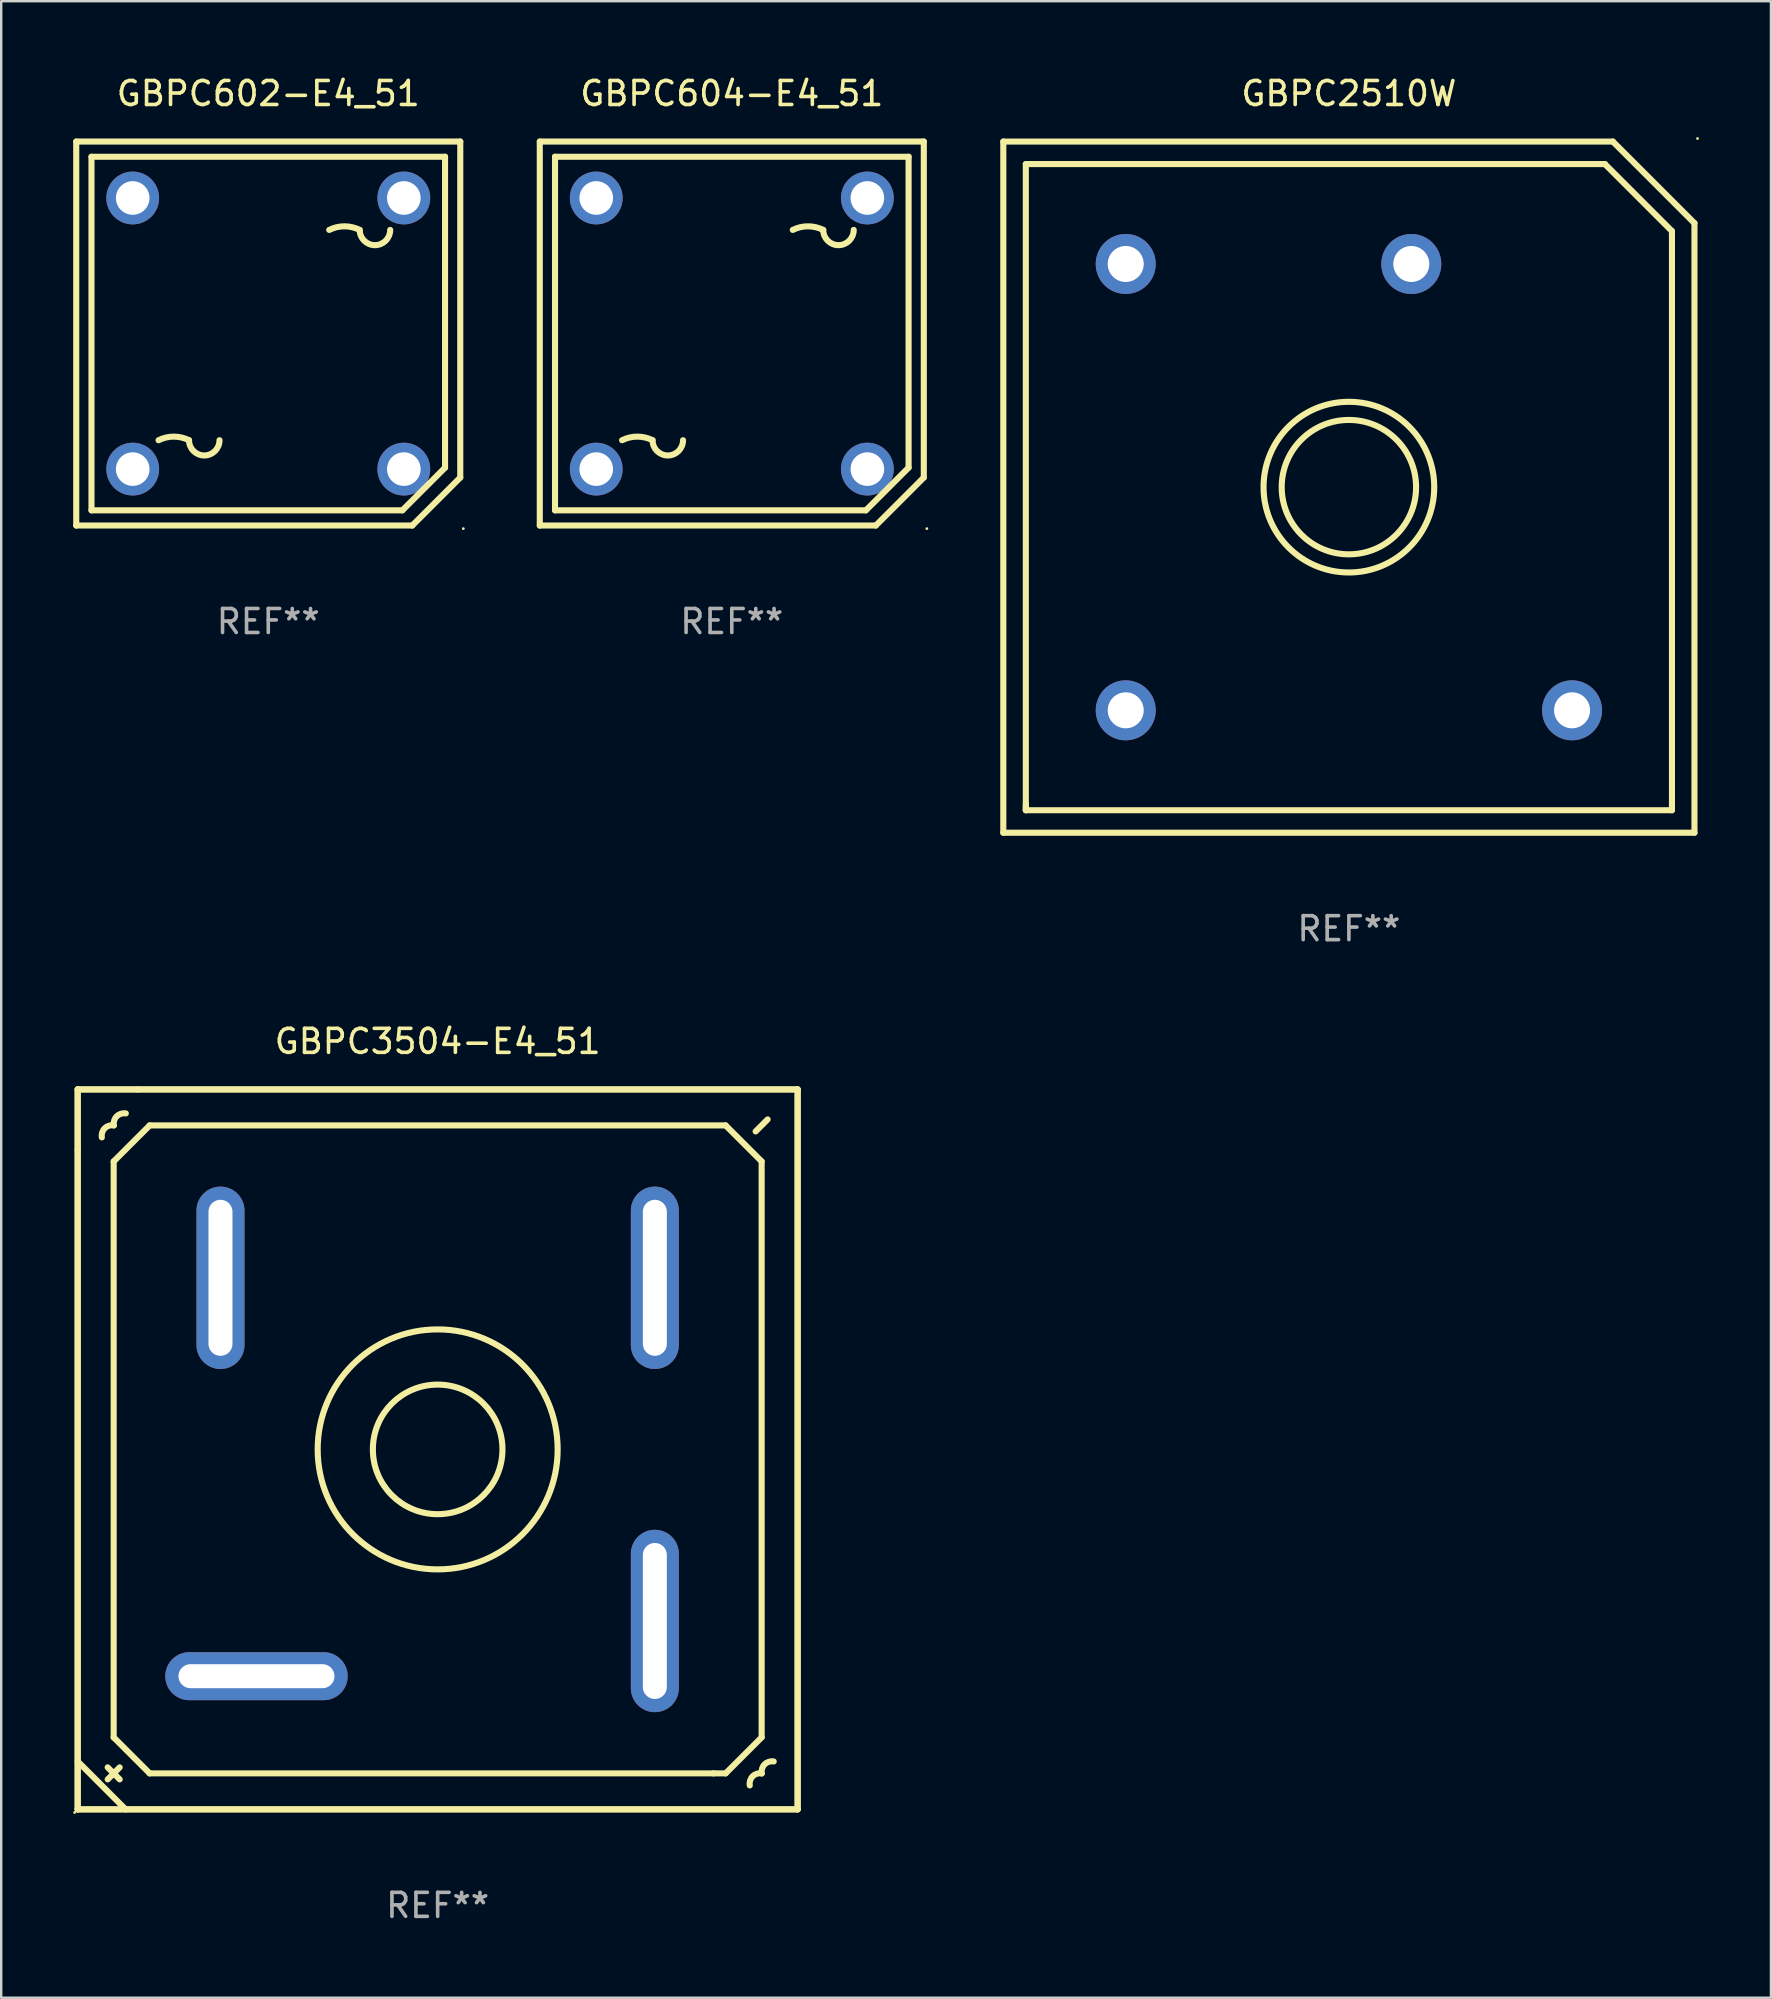
<source format=kicad_pcb>
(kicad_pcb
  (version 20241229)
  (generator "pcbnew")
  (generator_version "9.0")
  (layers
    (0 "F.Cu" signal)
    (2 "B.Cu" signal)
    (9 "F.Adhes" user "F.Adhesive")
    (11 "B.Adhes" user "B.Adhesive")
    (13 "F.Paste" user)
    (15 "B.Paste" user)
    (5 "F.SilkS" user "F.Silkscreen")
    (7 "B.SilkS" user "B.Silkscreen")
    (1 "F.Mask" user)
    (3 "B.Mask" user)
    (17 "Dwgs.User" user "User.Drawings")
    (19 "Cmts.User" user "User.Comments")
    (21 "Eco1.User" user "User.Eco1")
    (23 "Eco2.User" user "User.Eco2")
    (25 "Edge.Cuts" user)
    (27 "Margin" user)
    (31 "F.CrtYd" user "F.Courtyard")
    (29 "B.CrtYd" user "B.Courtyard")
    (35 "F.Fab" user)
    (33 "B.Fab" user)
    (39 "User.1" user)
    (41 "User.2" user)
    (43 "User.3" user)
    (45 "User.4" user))
  (footprint "GBPC604-E4_51"
    (layer "F.Cu")
    (at 27.443 10.849)
    (property "Reference" "GBPC604-E4_51" (at 0 -10.001 0) (layer "F.SilkS") (effects (font (size 1 1) (thickness 0.15))))
    (attr through_hole)
    (fp_line (start -8.001 8.001) (end -8.001 -7.999) (stroke (width 0.254) (type solid)) (layer "F.SilkS"))
    (fp_line (start -7.999 -8.001) (end 8.001 -8.001) (stroke (width 0.254) (type solid)) (layer "F.SilkS"))
    (fp_line (start -7.366 -7.367) (end 7.367 -7.367) (stroke (width 0.254) (type solid)) (layer "F.SilkS"))
    (fp_line (start -7.366 7.366) (end -7.366 -7.367) (stroke (width 0.254) (type solid)) (layer "F.SilkS"))
    (fp_line (start 5.589 7.366) (end -7.366 7.366) (stroke (width 0.254) (type solid)) (layer "F.SilkS"))
    (fp_line (start 6.001 7.999) (end -7.999 7.999) (stroke (width 0.254) (type solid)) (layer "F.SilkS"))
    (fp_line (start 7.367 -7.367) (end 7.367 5.588) (stroke (width 0.254) (type solid)) (layer "F.SilkS"))
    (fp_line (start 7.367 5.588) (end 5.589 7.366) (stroke (width 0.254) (type solid)) (layer "F.SilkS"))
    (fp_line (start 8.001 -8.001) (end 8.001 5.999) (stroke (width 0.254) (type solid)) (layer "F.SilkS"))
    (fp_line (start 8.001 5.999) (end 6.001 7.999) (stroke (width 0.254) (type solid)) (layer "F.SilkS"))
    (fp_arc (start -4.571501 4.444501) (mid -3.9365 4.294598) (end -3.301499 4.444501) (stroke (width 0.254001) (type solid)) (layer "F.SilkS"))
    (fp_arc (start -2.031496 4.444501) (mid -2.666497 5.079502) (end -3.301498 4.444501) (stroke (width 0.254001) (type solid)) (layer "F.SilkS"))
    (fp_arc (start 2.540513 -4.318517) (mid 3.175514 -4.46842) (end 3.810516 -4.318517) (stroke (width 0.254001) (type solid)) (layer "F.SilkS"))
    (fp_arc (start 5.080518 -4.318517) (mid 4.445517 -3.683516) (end 3.810516 -4.318517) (stroke (width 0.254001) (type solid)) (layer "F.SilkS"))
    (fp_circle (center 8.128 8.128) (end 8.158 8.128) (stroke (width 0.06) (type solid)) (fill no) (layer "F.SilkS"))
    (fp_text user "-" (at -4.826 -4.504 0) (layer "B.Mask") (effects (font (size 1 1) (thickness 0.15))))
    (fp_text user "+" (at 3.049 4.386 0) (layer "B.Mask") (effects (font (size 1 1) (thickness 0.15))))
    (fp_text user "REF**" (at 0 12.001 0) (layer "F.Fab") (effects (font (size 1 1) (thickness 0.15))))
    (pad "1" thru_hole circle (at 5.649 5.648) (size 2.2 2.2) (drill 1.4) (layers "*.Cu" "*.Mask"))
    (pad "2" thru_hole circle (at 5.649 -5.649) (size 2.2 2.2) (drill 1.4) (layers "*.Cu" "*.Mask"))
    (pad "3" thru_hole circle (at -5.648 -5.649) (size 2.2 2.2) (drill 1.4) (layers "*.Cu" "*.Mask"))
    (pad "4" thru_hole circle (at -5.648 5.648) (size 2.2 2.2) (drill 1.4) (layers "*.Cu" "*.Mask")))
  (footprint "GBPC2510W"
    (layer "F.Cu")
    (at 53.157 17.249)
    (property "Reference" "GBPC2510W" (at 0 -16.4 0) (layer "F.SilkS") (effects (font (size 1 1) (thickness 0.15))))
    (attr through_hole)
    (fp_line (start -14.4 14.4) (end 14.4 14.4) (stroke (width 0.254) (type solid)) (layer "F.SilkS"))
    (fp_line (start -14.4 14.4) (end -14.4 -14.4) (stroke (width 0.254) (type solid)) (layer "F.SilkS"))
    (fp_line (start -13.462 -13.462) (end 10.668 -13.462) (stroke (width 0.254) (type solid)) (layer "F.SilkS"))
    (fp_line (start -13.462 13.462) (end -13.462 -13.462) (stroke (width 0.254) (type solid)) (layer "F.SilkS"))
    (fp_line (start -13.462 13.462) (end -13.462 13.208) (stroke (width 0.254) (type solid)) (layer "F.SilkS"))
    (fp_line (start 10.668 -13.462) (end 13.462 -10.668) (stroke (width 0.254) (type solid)) (layer "F.SilkS"))
    (fp_line (start 11 -14.4) (end -14.4 -14.4) (stroke (width 0.254) (type solid)) (layer "F.SilkS"))
    (fp_line (start 11 -14.4) (end 14.4 -11) (stroke (width 0.254) (type solid)) (layer "F.SilkS"))
    (fp_line (start 13.462 -10.668) (end 13.462 13.462) (stroke (width 0.254) (type solid)) (layer "F.SilkS"))
    (fp_line (start 13.462 13.462) (end -13.462 13.462) (stroke (width 0.254) (type solid)) (layer "F.SilkS"))
    (fp_line (start 14.4 14.4) (end 14.4 -11) (stroke (width 0.254) (type solid)) (layer "F.SilkS"))
    (fp_circle (center 0 -0.000381) (end 2.8 -0.000381) (stroke (width 0.254) (type solid)) (fill no) (layer "F.SilkS"))
    (fp_circle (center 0 -0.000381) (end 3.556 -0.000381) (stroke (width 0.254) (type solid)) (fill no) (layer "F.SilkS"))
    (fp_circle (center 14.527 -14.527) (end 14.557 -14.527) (stroke (width 0.06) (type solid)) (fill no) (layer "F.SilkS"))
    (fp_text user "REF**" (at 0 18.4 0) (layer "F.Fab") (effects (font (size 1 1) (thickness 0.15))))
    (pad "1" thru_hole circle (at 2.601 -9.299) (size 2.5 2.5) (drill 1.5) (layers "*.Cu" "*.Mask"))
    (pad "2" thru_hole circle (at 9.299 9.299) (size 2.5 2.5) (drill 1.5) (layers "*.Cu" "*.Mask"))
    (pad "3" thru_hole circle (at -9.299 9.299) (size 2.5 2.5) (drill 1.5) (layers "*.Cu" "*.Mask"))
    (pad "4" thru_hole circle (at -9.299 -9.299) (size 2.5 2.5) (drill 1.5) (layers "*.Cu" "*.Mask")))
  (footprint "GBPC602-E4_51"
    (layer "F.Cu")
    (at 8.128 10.849)
    (property "Reference" "GBPC602-E4_51" (at 0 -10.001 0) (layer "F.SilkS") (effects (font (size 1 1) (thickness 0.15))))
    (attr through_hole)
    (fp_line (start -8.001 8.001) (end -8.001 -7.999) (stroke (width 0.254) (type solid)) (layer "F.SilkS"))
    (fp_line (start -7.999 -8.001) (end 8.001 -8.001) (stroke (width 0.254) (type solid)) (layer "F.SilkS"))
    (fp_line (start -7.366 -7.367) (end 7.367 -7.367) (stroke (width 0.254) (type solid)) (layer "F.SilkS"))
    (fp_line (start -7.366 7.366) (end -7.366 -7.367) (stroke (width 0.254) (type solid)) (layer "F.SilkS"))
    (fp_line (start 5.589 7.366) (end -7.366 7.366) (stroke (width 0.254) (type solid)) (layer "F.SilkS"))
    (fp_line (start 6.001 7.999) (end -7.999 7.999) (stroke (width 0.254) (type solid)) (layer "F.SilkS"))
    (fp_line (start 7.367 -7.367) (end 7.367 5.588) (stroke (width 0.254) (type solid)) (layer "F.SilkS"))
    (fp_line (start 7.367 5.588) (end 5.589 7.366) (stroke (width 0.254) (type solid)) (layer "F.SilkS"))
    (fp_line (start 8.001 -8.001) (end 8.001 5.999) (stroke (width 0.254) (type solid)) (layer "F.SilkS"))
    (fp_line (start 8.001 5.999) (end 6.001 7.999) (stroke (width 0.254) (type solid)) (layer "F.SilkS"))
    (fp_arc (start -4.571501 4.444501) (mid -3.9365 4.294598) (end -3.301499 4.444501) (stroke (width 0.254001) (type solid)) (layer "F.SilkS"))
    (fp_arc (start -2.031496 4.444501) (mid -2.666497 5.079502) (end -3.301498 4.444501) (stroke (width 0.254001) (type solid)) (layer "F.SilkS"))
    (fp_arc (start 2.540513 -4.318517) (mid 3.175514 -4.46842) (end 3.810516 -4.318517) (stroke (width 0.254001) (type solid)) (layer "F.SilkS"))
    (fp_arc (start 5.080518 -4.318517) (mid 4.445517 -3.683516) (end 3.810516 -4.318517) (stroke (width 0.254001) (type solid)) (layer "F.SilkS"))
    (fp_circle (center 8.128 8.128) (end 8.158 8.128) (stroke (width 0.06) (type solid)) (fill no) (layer "F.SilkS"))
    (fp_text user "-" (at -4.826 -4.504 0) (layer "B.Mask") (effects (font (size 1 1) (thickness 0.15))))
    (fp_text user "+" (at 3.049 4.386 0) (layer "B.Mask") (effects (font (size 1 1) (thickness 0.15))))
    (fp_text user "REF**" (at 0 12.001 0) (layer "F.Fab") (effects (font (size 1 1) (thickness 0.15))))
    (pad "1" thru_hole circle (at 5.649 5.648) (size 2.2 2.2) (drill 1.4) (layers "*.Cu" "*.Mask"))
    (pad "2" thru_hole circle (at 5.649 -5.649) (size 2.2 2.2) (drill 1.4) (layers "*.Cu" "*.Mask"))
    (pad "3" thru_hole circle (at -5.648 -5.649) (size 2.2 2.2) (drill 1.4) (layers "*.Cu" "*.Mask"))
    (pad "4" thru_hole circle (at -5.648 5.648) (size 2.2 2.2) (drill 1.4) (layers "*.Cu" "*.Mask")))
  (footprint "GBPC3504-E4_51"
    (layer "F.Cu")
    (at 15.187 57.346)
    (property "Reference" "GBPC3504-E4_51" (at 0 -17.001 0) (layer "F.SilkS") (effects (font (size 1 1) (thickness 0.15))))
    (attr through_hole)
    (fp_line (start -15 -15.001) (end -12.5 -15.001) (stroke (width 0.254) (type solid)) (layer "F.SilkS"))
    (fp_line (start -15 -15.001) (end 15 -15.001) (stroke (width 0.254) (type solid)) (layer "F.SilkS"))
    (fp_line (start -15 -12.501) (end -15 -15.001) (stroke (width 0.254) (type solid)) (layer "F.SilkS"))
    (fp_line (start -15 14.999) (end -15 -15.001) (stroke (width 0.254) (type solid)) (layer "F.SilkS"))
    (fp_line (start -15 14.999) (end -15 -12.501) (stroke (width 0.254) (type solid)) (layer "F.SilkS"))
    (fp_line (start -14.999 12.999) (end -13 15.001) (stroke (width 0.254) (type solid)) (layer "F.SilkS"))
    (fp_line (start -13.75 13.749) (end -13.25 13.249) (stroke (width 0.254) (type solid)) (layer "F.SilkS"))
    (fp_line (start -13.5 -12.001) (end -12 -13.501) (stroke (width 0.254) (type solid)) (layer "F.SilkS"))
    (fp_line (start -13.5 11.999) (end -13.5 -12.001) (stroke (width 0.254) (type solid)) (layer "F.SilkS"))
    (fp_line (start -13.25 13.749) (end -13.75 13.249) (stroke (width 0.254) (type solid)) (layer "F.SilkS"))
    (fp_line (start -12.5 -15.001) (end 15 -15.001) (stroke (width 0.254) (type solid)) (layer "F.SilkS"))
    (fp_line (start -12 -13.501) (end 12 -13.501) (stroke (width 0.254) (type solid)) (layer "F.SilkS"))
    (fp_line (start -12 13.499) (end -13.5 11.999) (stroke (width 0.254) (type solid)) (layer "F.SilkS"))
    (fp_line (start 11.5 13.499) (end -12 13.499) (stroke (width 0.254) (type solid)) (layer "F.SilkS"))
    (fp_line (start 12 -13.501) (end 13.5 -12.001) (stroke (width 0.254) (type solid)) (layer "F.SilkS"))
    (fp_line (start 12 13.499) (end 11.5 13.499) (stroke (width 0.254) (type solid)) (layer "F.SilkS"))
    (fp_line (start 13.5 -12.001) (end 13.5 11.999) (stroke (width 0.254) (type solid)) (layer "F.SilkS"))
    (fp_line (start 13.5 11.999) (end 12 13.499) (stroke (width 0.254) (type solid)) (layer "F.SilkS"))
    (fp_line (start 13.75 -13.751) (end 13.25 -13.251) (stroke (width 0.254) (type solid)) (layer "F.SilkS"))
    (fp_line (start 15 -15.001) (end 15 14.999) (stroke (width 0.254) (type solid)) (layer "F.SilkS"))
    (fp_line (start 15 -15.001) (end 15 14.999) (stroke (width 0.254) (type solid)) (layer "F.SilkS"))
    (fp_line (start 15 14.999) (end -15 14.999) (stroke (width 0.254) (type solid)) (layer "F.SilkS"))
    (fp_line (start 15 14.999) (end -15 14.999) (stroke (width 0.254) (type solid)) (layer "F.SilkS"))
    (fp_arc (start -13.993167 -13.002413) (mid -13.872579 -13.381824) (end -13.493168 -13.502412) (stroke (width 0.254001) (type solid)) (layer "F.SilkS"))
    (fp_arc (start -13.494692 -13.500381) (mid -13.374103 -13.879793) (end -12.994691 -14.000381) (stroke (width 0.254001) (type solid)) (layer "F.SilkS"))
    (fp_arc (start 13.005131 14.000635) (mid 13.125719 13.621224) (end 13.50513 13.500636) (stroke (width 0.254001) (type solid)) (layer "F.SilkS"))
    (fp_arc (start 13.503606 13.502667) (mid 13.624195 13.123255) (end 14.003607 13.002667) (stroke (width 0.254001) (type solid)) (layer "F.SilkS"))
    (fp_circle (center -15.127 15.128) (end -15.097 15.128) (stroke (width 0.06) (type solid)) (fill no) (layer "F.SilkS"))
    (fp_circle (center 0 -0.001) (end 2.7 -0.001) (stroke (width 0.254) (type solid)) (fill no) (layer "F.SilkS"))
    (fp_circle (center 0 -0.001) (end 5 -0.001) (stroke (width 0.254) (type solid)) (fill no) (layer "F.SilkS"))
    (fp_text user "REF**" (at 0 19.001 0) (layer "F.Fab") (effects (font (size 1 1) (thickness 0.15))))
    (pad "1" thru_hole oval (at -7.55 9.449 270) (size 2 7.6) (drill oval 1 6.5) (layers "*.Cu" "*.Mask"))
    (pad "2" thru_hole oval (at -9.05 -7.151 180) (size 2 7.6) (drill oval 1 6.5) (layers "*.Cu" "*.Mask"))
    (pad "3" thru_hole oval (at 9.05 -7.151) (size 2 7.6) (drill oval 1 6.5) (layers "*.Cu" "*.Mask"))
    (pad "4" thru_hole oval (at 9.05 7.149) (size 2 7.6) (drill oval 1 6.5) (layers "*.Cu" "*.Mask")))
  (gr_rect
    (start -3 -3)
    (end 70.744 80.195)
    (stroke (width 0.1) (type default))
    (fill no)
    (layer "Edge.Cuts")))
</source>
